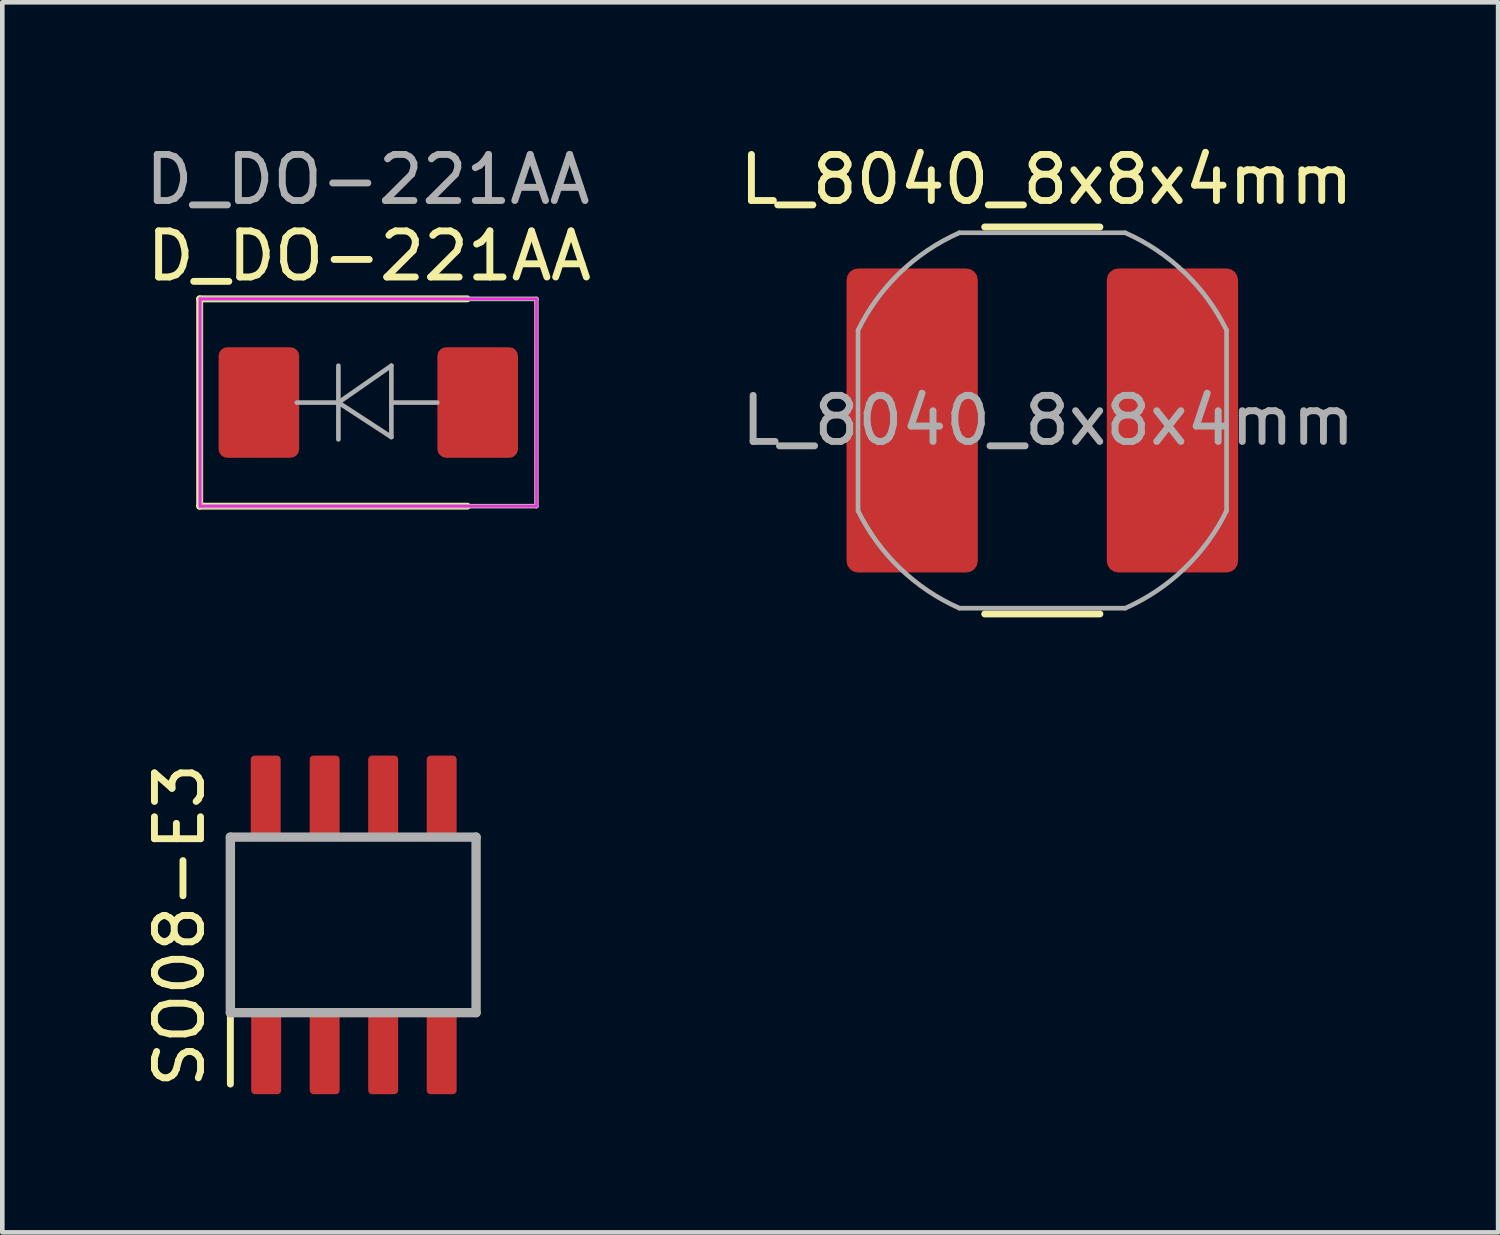
<source format=kicad_pcb>
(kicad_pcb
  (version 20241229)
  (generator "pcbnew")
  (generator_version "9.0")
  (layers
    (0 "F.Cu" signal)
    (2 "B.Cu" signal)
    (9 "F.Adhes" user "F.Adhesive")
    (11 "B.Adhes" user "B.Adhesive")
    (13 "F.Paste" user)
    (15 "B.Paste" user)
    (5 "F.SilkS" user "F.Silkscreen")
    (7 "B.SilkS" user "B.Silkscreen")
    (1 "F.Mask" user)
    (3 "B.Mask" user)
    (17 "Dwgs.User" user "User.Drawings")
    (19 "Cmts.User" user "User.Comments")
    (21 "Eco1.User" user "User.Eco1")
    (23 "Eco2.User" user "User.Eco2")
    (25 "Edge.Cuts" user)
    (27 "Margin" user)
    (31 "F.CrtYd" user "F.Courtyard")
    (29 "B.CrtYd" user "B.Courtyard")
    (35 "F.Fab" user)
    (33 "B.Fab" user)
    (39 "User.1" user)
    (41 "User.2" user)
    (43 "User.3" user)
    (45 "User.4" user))
  (footprint "D_DO-221AA"
    (layer "F.Cu")
    (at 4.945 5.688)
    (property "Reference" "D_DO-221AA" (at 0.02 -3.18 0) (layer "F.SilkS") (effects (font (size 1 1) (thickness 0.15))))
    (attr smd)
    (fp_line (start -3.66 -2.25) (end 2.15 -2.25) (stroke (width 0.15) (type solid)) (layer "F.SilkS"))
    (fp_line (start -3.66 2.25) (end -3.66 -2.25) (stroke (width 0.15) (type solid)) (layer "F.SilkS"))
    (fp_line (start -3.66 2.25) (end 2.15 2.25) (stroke (width 0.15) (type solid)) (layer "F.SilkS"))
    (fp_line (start -3.65 -2.25) (end 3.65 -2.25) (stroke (width 0.05) (type solid)) (layer "F.CrtYd"))
    (fp_line (start -3.65 2.25) (end -3.65 -2.25) (stroke (width 0.05) (type solid)) (layer "F.CrtYd"))
    (fp_line (start 3.65 -2.25) (end 3.65 2.25) (stroke (width 0.05) (type solid)) (layer "F.CrtYd"))
    (fp_line (start 3.65 2.25) (end -3.65 2.25) (stroke (width 0.05) (type solid)) (layer "F.CrtYd"))
    (fp_line (start -3.65 2.25) (end -3.65 -2.25) (stroke (width 0.1) (type solid)) (layer "F.Fab"))
    (fp_line (start -0.649 -0.799) (end -0.649 0.801) (stroke (width 0.1) (type solid)) (layer "F.Fab"))
    (fp_line (start -0.649 0.001) (end -1.551 0.001) (stroke (width 0.1) (type solid)) (layer "F.Fab"))
    (fp_line (start -0.649 0.001) (end 0.501 -0.799) (stroke (width 0.1) (type solid)) (layer "F.Fab"))
    (fp_line (start -0.649 0.001) (end 0.501 0.75) (stroke (width 0.1) (type solid)) (layer "F.Fab"))
    (fp_line (start 0.501 0.001) (end 1.499 0.001) (stroke (width 0.1) (type solid)) (layer "F.Fab"))
    (fp_line (start 0.501 0.75) (end 0.501 -0.799) (stroke (width 0.1) (type solid)) (layer "F.Fab"))
    (fp_line (start 3.65 -2.25) (end -3.65 -2.25) (stroke (width 0.1) (type solid)) (layer "F.Fab"))
    (fp_line (start 3.65 -2.25) (end 3.65 2.25) (stroke (width 0.1) (type solid)) (layer "F.Fab"))
    (fp_line (start 3.65 2.25) (end -3.65 2.25) (stroke (width 0.1) (type solid)) (layer "F.Fab"))
    (fp_text user "${REFERENCE}" (at -0.01 -4.84 0) (layer "F.Fab") (effects (font (size 1 1) (thickness 0.15))))
    (pad "1" smd roundrect (at -2.375 0) (size 1.75 2.4) (layers "F.Cu" "F.Mask" "F.Paste") (roundrect_rratio 0.109))
    (pad "2" smd roundrect (at 2.375 0) (size 1.75 2.4) (layers "F.Cu" "F.Mask" "F.Paste") (roundrect_rratio 0.109)))
  (footprint "SO08-E3"
    (layer "F.Cu")
    (at 4.618 17.028)
    (property "Reference" "SO08-E3" (at -3.77 0.01 270) (layer "F.SilkS") (effects (font (size 1 1) (thickness 0.15))))
    (attr smd)
    (fp_line (start -2.667 3.455) (end -2.667 -1.27) (stroke (width 0.15) (type solid)) (layer "F.SilkS"))
    (fp_line (start 2.667 -1.27) (end 2.667 1.27) (stroke (width 0.15) (type solid)) (layer "F.SilkS"))
    (fp_line (start -2.667 -1.905) (end 2.667 -1.905) (stroke (width 0.203) (type solid)) (layer "F.Fab"))
    (fp_line (start -2.667 1.905) (end -2.667 -1.905) (stroke (width 0.203) (type solid)) (layer "F.Fab"))
    (fp_line (start 2.667 -1.905) (end 2.667 1.905) (stroke (width 0.203) (type solid)) (layer "F.Fab"))
    (fp_line (start 2.667 1.905) (end -2.667 1.905) (stroke (width 0.203) (type solid)) (layer "F.Fab"))
    (pad "1" smd roundrect (at -1.89 2.8 90) (size 1.75 0.65) (layers "F.Cu" "F.Mask" "F.Paste") (roundrect_rratio 0.125))
    (pad "2" smd roundrect (at -0.62 2.8 90) (size 1.75 0.65) (layers "F.Cu" "F.Mask" "F.Paste") (roundrect_rratio 0.125))
    (pad "3" smd roundrect (at 0.65 2.8 90) (size 1.75 0.65) (layers "F.Cu" "F.Mask" "F.Paste") (roundrect_rratio 0.125))
    (pad "4" smd roundrect (at 1.92 2.8 90) (size 1.75 0.65) (layers "F.Cu" "F.Mask" "F.Paste") (roundrect_rratio 0.125))
    (pad "5" smd roundrect (at 1.92 -2.8 90) (size 1.75 0.65) (layers "F.Cu" "F.Mask" "F.Paste") (roundrect_rratio 0.125))
    (pad "6" smd roundrect (at 0.65 -2.8 90) (size 1.75 0.65) (layers "F.Cu" "F.Mask" "F.Paste") (roundrect_rratio 0.125))
    (pad "7" smd roundrect (at -0.62 -2.8 90) (size 1.75 0.65) (layers "F.Cu" "F.Mask" "F.Paste") (roundrect_rratio 0.125))
    (pad "8" smd roundrect (at -1.9 -2.8 90) (size 1.75 0.65) (layers "F.Cu" "F.Mask" "F.Paste") (roundrect_rratio 0.125)))
  (footprint "L_8040_8x8x4mm"
    (layer "F.Cu")
    (at 19.577 6.078)
    (property "Reference" "L_8040_8x8x4mm" (at 0.09 -5.23 0) (layer "F.SilkS") (effects (font (size 1 1) (thickness 0.15))))
    (attr smd)
    (fp_line (start -1.25 4.2) (end 1.25 4.2) (stroke (width 0.15) (type solid)) (layer "F.SilkS"))
    (fp_line (start 1.25 -4.2) (end -1.25 -4.2) (stroke (width 0.15) (type solid)) (layer "F.SilkS"))
    (fp_line (start -4 -1.96) (end -4 1.96) (stroke (width 0.1) (type solid)) (layer "F.Fab"))
    (fp_line (start -1.8 -4.075) (end 1.8 -4.075) (stroke (width 0.1) (type solid)) (layer "F.Fab"))
    (fp_line (start 1.8 4.075) (end -1.8 4.075) (stroke (width 0.1) (type solid)) (layer "F.Fab"))
    (fp_line (start 4 -1.96) (end 4 1.96) (stroke (width 0.1) (type solid)) (layer "F.Fab"))
    (fp_arc (start -3.99824 -1.964613) (mid -3.085179 -3.213611) (end -1.8 -4.075) (stroke (width 0.1) (type solid)) (layer "F.Fab"))
    (fp_arc (start -1.804314 4.072598) (mid -3.088411 3.209878) (end -4 1.96) (stroke (width 0.1) (type solid)) (layer "F.Fab"))
    (fp_arc (start 1.799817 -4.074587) (mid 3.086639 -3.211582) (end 4 -1.96) (stroke (width 0.1) (type solid)) (layer "F.Fab"))
    (fp_arc (start 3.99824 1.964613) (mid 3.085179 3.213611) (end 1.8 4.075) (stroke (width 0.1) (type solid)) (layer "F.Fab"))
    (fp_text user "${REFERENCE}" (at 0.127 0 0) (layer "F.Fab") (effects (font (size 1 1) (thickness 0.15))))
    (pad "1" smd roundrect (at -2.825 0) (size 2.85 6.6) (layers "F.Cu" "F.Mask" "F.Paste") (roundrect_rratio 0.088))
    (pad "2" smd roundrect (at 2.825 0) (size 2.85 6.6) (layers "F.Cu" "F.Mask" "F.Paste") (roundrect_rratio 0.088)))
  (gr_rect
    (start -3 -3)
    (end 29.472 23.703)
    (stroke (width 0.1) (type default))
    (fill no)
    (layer "Edge.Cuts")))
</source>
